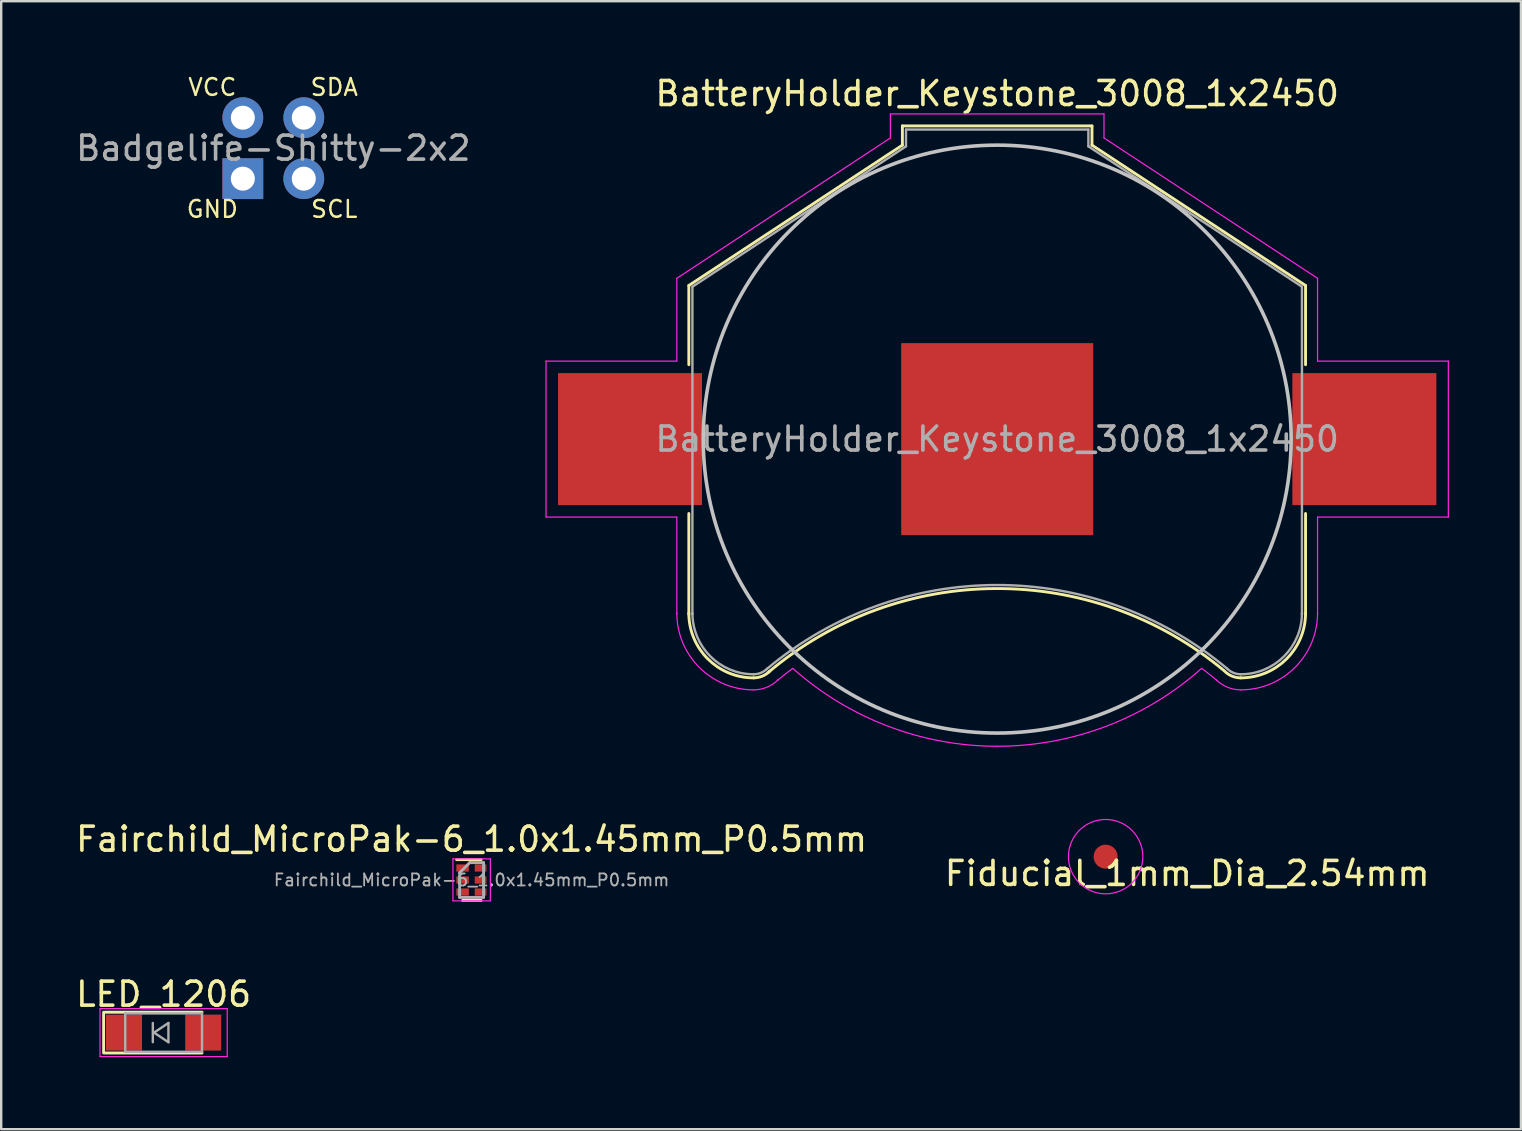
<source format=kicad_pcb>
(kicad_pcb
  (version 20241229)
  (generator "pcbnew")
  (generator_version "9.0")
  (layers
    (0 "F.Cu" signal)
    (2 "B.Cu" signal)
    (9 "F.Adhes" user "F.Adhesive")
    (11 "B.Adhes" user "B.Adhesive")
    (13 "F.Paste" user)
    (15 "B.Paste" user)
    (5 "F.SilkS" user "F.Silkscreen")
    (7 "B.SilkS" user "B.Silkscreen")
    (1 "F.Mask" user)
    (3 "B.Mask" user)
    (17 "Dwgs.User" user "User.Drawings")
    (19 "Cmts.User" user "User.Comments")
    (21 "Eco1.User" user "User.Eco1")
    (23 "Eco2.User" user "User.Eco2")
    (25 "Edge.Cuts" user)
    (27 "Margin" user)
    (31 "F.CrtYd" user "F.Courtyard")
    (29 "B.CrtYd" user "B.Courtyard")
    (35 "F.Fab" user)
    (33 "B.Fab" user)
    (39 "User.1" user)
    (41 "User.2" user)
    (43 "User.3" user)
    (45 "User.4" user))
  (footprint "Badgelife-Shitty-2x2"
    (layer "F.Cu")
    (at 8.339 3.125)
    (property "Reference" "Badgelife-Shitty-2x2" (at 0 0 0) (layer "F.Fab") (effects (font (size 1 1) (thickness 0.15))))
    (attr through_hole)
    (fp_text user "VCC" (at -2.54 -2.54 0) (layer "F.SilkS") (effects (font (size 0.7 0.7) (thickness 0.1))))
    (fp_text user "GND" (at -2.54 2.54 0) (layer "F.SilkS") (effects (font (size 0.7 0.7) (thickness 0.1))))
    (fp_text user "SCL" (at 2.54 2.54 0) (layer "F.SilkS") (effects (font (size 0.7 0.7) (thickness 0.1))))
    (fp_text user "SDA" (at 2.54 -2.54 0) (layer "F.SilkS") (effects (font (size 0.7 0.7) (thickness 0.1))))
    (pad "1" thru_hole oval (at -1.27 -1.27) (size 1.7 1.7) (drill 1) (layers "*.Cu" "*.Mask"))
    (pad "2" thru_hole rect (at -1.27 1.27) (size 1.7 1.7) (drill 1) (layers "*.Cu" "*.Mask"))
    (pad "3" thru_hole oval (at 1.27 1.27) (size 1.7 1.7) (drill 1) (layers "*.Cu" "*.Mask"))
    (pad "4" thru_hole circle (at 1.27 -1.27) (size 1.7 1.7) (drill 1) (layers "*.Cu" "*.Mask")))
  (footprint "BatteryHolder_Keystone_3008_1x2450"
    (layer "F.Cu")
    (at 38.504 15.248)
    (property "Reference" "BatteryHolder_Keystone_3008_1x2450" (at 0 -14.4 0) (layer "F.SilkS") (effects (font (size 1 1) (thickness 0.15))))
    (attr smd)
    (fp_line (start -12.85 -6.4) (end -12.85 -3.1) (stroke (width 0.12) (type solid)) (layer "F.SilkS"))
    (fp_line (start -12.85 3.1) (end -12.85 7.3) (stroke (width 0.12) (type solid)) (layer "F.SilkS"))
    (fp_line (start -3.95 -13.05) (end -3.95 -12.25) (stroke (width 0.12) (type solid)) (layer "F.SilkS"))
    (fp_line (start -3.95 -13.05) (end 3.95 -13.05) (stroke (width 0.12) (type solid)) (layer "F.SilkS"))
    (fp_line (start -3.95 -12.25) (end -12.85 -6.4) (stroke (width 0.12) (type solid)) (layer "F.SilkS"))
    (fp_line (start 3.95 -13.05) (end 3.95 -12.25) (stroke (width 0.12) (type solid)) (layer "F.SilkS"))
    (fp_line (start 3.95 -12.25) (end 12.85 -6.4) (stroke (width 0.12) (type solid)) (layer "F.SilkS"))
    (fp_line (start 12.85 -6.4) (end 12.85 -3.1) (stroke (width 0.12) (type solid)) (layer "F.SilkS"))
    (fp_line (start 12.85 3.1) (end 12.85 7.3) (stroke (width 0.12) (type solid)) (layer "F.SilkS"))
    (fp_arc (start -10.15 9.95) (mid -12.059188 9.159188) (end -12.85 7.25) (stroke (width 0.12) (type solid)) (layer "F.SilkS"))
    (fp_arc (start -9.55 9.73) (mid -0.071508 6.228057) (end 9.440443 9.638071) (stroke (width 0.12) (type solid)) (layer "F.SilkS"))
    (fp_arc (start -9.478249 9.671751) (mid -9.786451 9.877685) (end -10.15 9.95) (stroke (width 0.12) (type solid)) (layer "F.SilkS"))
    (fp_arc (start 10.15 9.95) (mid 9.786451 9.877686) (end 9.478249 9.671751) (stroke (width 0.12) (type solid)) (layer "F.SilkS"))
    (fp_arc (start 12.85 7.25) (mid 12.059188 9.159188) (end 10.15 9.95) (stroke (width 0.12) (type solid)) (layer "F.SilkS"))
    (fp_circle (center 0 0) (end 12.25 0) (stroke (width 0.15) (type solid)) (fill no) (layer "Dwgs.User"))
    (fp_line (start -18.8 -3.25) (end -18.8 3.25) (stroke (width 0.05) (type solid)) (layer "F.CrtYd"))
    (fp_line (start -18.8 3.25) (end -13.35 3.25) (stroke (width 0.05) (type solid)) (layer "F.CrtYd"))
    (fp_line (start -13.35 -6.7) (end -13.35 -3.25) (stroke (width 0.05) (type solid)) (layer "F.CrtYd"))
    (fp_line (start -13.35 -3.25) (end -18.8 -3.25) (stroke (width 0.05) (type solid)) (layer "F.CrtYd"))
    (fp_line (start -13.35 3.25) (end -13.35 7.3) (stroke (width 0.05) (type solid)) (layer "F.CrtYd"))
    (fp_line (start -4.45 -13.55) (end -4.45 -12.55) (stroke (width 0.05) (type solid)) (layer "F.CrtYd"))
    (fp_line (start -4.45 -13.55) (end 4.45 -13.55) (stroke (width 0.05) (type solid)) (layer "F.CrtYd"))
    (fp_line (start -4.45 -12.55) (end -13.35 -6.7) (stroke (width 0.05) (type solid)) (layer "F.CrtYd"))
    (fp_line (start 4.45 -13.55) (end 4.45 -12.55) (stroke (width 0.05) (type solid)) (layer "F.CrtYd"))
    (fp_line (start 4.45 -12.55) (end 13.35 -6.7) (stroke (width 0.05) (type solid)) (layer "F.CrtYd"))
    (fp_line (start 13.35 -6.7) (end 13.35 -3.25) (stroke (width 0.05) (type solid)) (layer "F.CrtYd"))
    (fp_line (start 13.35 -3.25) (end 18.8 -3.25) (stroke (width 0.05) (type solid)) (layer "F.CrtYd"))
    (fp_line (start 13.35 3.25) (end 13.35 7.3) (stroke (width 0.05) (type solid)) (layer "F.CrtYd"))
    (fp_line (start 18.8 -3.25) (end 18.8 3.25) (stroke (width 0.05) (type solid)) (layer "F.CrtYd"))
    (fp_line (start 18.8 3.25) (end 13.35 3.25) (stroke (width 0.05) (type solid)) (layer "F.CrtYd"))
    (fp_arc (start -10.15 10.45) (mid -12.412742 9.512742) (end -13.35 7.25) (stroke (width 0.05) (type solid)) (layer "F.CrtYd"))
    (fp_arc (start -9.15 10.05) (mid -8.840691 9.798786) (end -8.524488 9.556307) (stroke (width 0.05) (type solid)) (layer "F.CrtYd"))
    (fp_arc (start -9.124695 10.025305) (mid -9.595109 10.339626) (end -10.15 10.45) (stroke (width 0.05) (type solid)) (layer "F.CrtYd"))
    (fp_arc (start 0 12.8) (mid -4.55581 11.961797) (end -8.514949 9.556969) (stroke (width 0.05) (type solid)) (layer "F.CrtYd"))
    (fp_arc (start 8.514949 9.556969) (mid 4.55581 11.961798) (end 0 12.8) (stroke (width 0.05) (type solid)) (layer "F.CrtYd"))
    (fp_arc (start 8.524488 9.556307) (mid 8.840691 9.798786) (end 9.15 10.05) (stroke (width 0.05) (type solid)) (layer "F.CrtYd"))
    (fp_arc (start 10.15 10.45) (mid 9.595109 10.339625) (end 9.124695 10.025305) (stroke (width 0.05) (type solid)) (layer "F.CrtYd"))
    (fp_arc (start 13.35 7.25) (mid 12.412742 9.512742) (end 10.15 10.45) (stroke (width 0.05) (type solid)) (layer "F.CrtYd"))
    (fp_line (start -12.7 -6.35) (end -12.7 7.3) (stroke (width 0.1) (type solid)) (layer "F.Fab"))
    (fp_line (start -3.8 -12.9) (end -3.8 -12.2) (stroke (width 0.1) (type solid)) (layer "F.Fab"))
    (fp_line (start -3.8 -12.9) (end 3.8 -12.9) (stroke (width 0.1) (type solid)) (layer "F.Fab"))
    (fp_line (start -3.8 -12.2) (end -12.7 -6.35) (stroke (width 0.1) (type solid)) (layer "F.Fab"))
    (fp_line (start 3.8 -12.9) (end 3.8 -12.2) (stroke (width 0.1) (type solid)) (layer "F.Fab"))
    (fp_line (start 3.8 -12.2) (end 12.7 -6.35) (stroke (width 0.1) (type solid)) (layer "F.Fab"))
    (fp_line (start 12.7 -6.35) (end 12.7 7.3) (stroke (width 0.1) (type solid)) (layer "F.Fab"))
    (fp_arc (start -10.15 9.8) (mid -11.953122 9.053122) (end -12.7 7.25) (stroke (width 0.1) (type solid)) (layer "F.Fab"))
    (fp_arc (start -9.6 9.58) (mid -0.013392 6.081011) (end 9.579482 9.562783) (stroke (width 0.1) (type solid)) (layer "F.Fab"))
    (fp_arc (start -9.584315 9.565685) (mid -9.843853 9.739103) (end -10.15 9.8) (stroke (width 0.1) (type solid)) (layer "F.Fab"))
    (fp_arc (start 10.15 9.8) (mid 9.843853 9.739104) (end 9.584315 9.565685) (stroke (width 0.1) (type solid)) (layer "F.Fab"))
    (fp_arc (start 12.7 7.25) (mid 11.953122 9.053122) (end 10.15 9.8) (stroke (width 0.1) (type solid)) (layer "F.Fab"))
    (fp_text user "${REFERENCE}" (at 0 0 0) (layer "F.Fab") (effects (font (size 1 1) (thickness 0.15))))
    (pad "1" smd rect (at -15.3 0) (size 6 5.5) (layers "F.Cu" "F.Mask" "F.Paste"))
    (pad "1" smd rect (at 15.3 0) (size 6 5.5) (layers "F.Cu" "F.Mask" "F.Paste"))
    (pad "2" smd rect (at 0 0) (size 8 8) (layers "F.Cu" "F.Mask")))
  (footprint "LED_1206"
    (layer "F.Cu")
    (at 3.768 39.98)
    (property "Reference" "LED_1206" (at 0 -1.6 0) (layer "F.SilkS") (effects (font (size 1 1) (thickness 0.15))))
    (attr smd)
    (fp_line (start -2.5 -0.85) (end -2.5 0.85) (stroke (width 0.12) (type solid)) (layer "F.SilkS"))
    (fp_line (start -2.45 -0.85) (end 1.6 -0.85) (stroke (width 0.12) (type solid)) (layer "F.SilkS"))
    (fp_line (start -2.45 0.85) (end 1.6 0.85) (stroke (width 0.12) (type solid)) (layer "F.SilkS"))
    (fp_line (start -2.65 -1) (end 2.65 -1) (stroke (width 0.05) (type solid)) (layer "F.CrtYd"))
    (fp_line (start -2.65 1) (end -2.65 -1) (stroke (width 0.05) (type solid)) (layer "F.CrtYd"))
    (fp_line (start 2.65 -1) (end 2.65 1) (stroke (width 0.05) (type solid)) (layer "F.CrtYd"))
    (fp_line (start 2.65 1) (end -2.65 1) (stroke (width 0.05) (type solid)) (layer "F.CrtYd"))
    (fp_line (start -1.6 -0.8) (end 1.6 -0.8) (stroke (width 0.1) (type solid)) (layer "F.Fab"))
    (fp_line (start -1.6 0.8) (end -1.6 -0.8) (stroke (width 0.1) (type solid)) (layer "F.Fab"))
    (fp_line (start -0.45 -0.4) (end -0.45 0.4) (stroke (width 0.1) (type solid)) (layer "F.Fab"))
    (fp_line (start -0.4 0) (end 0.2 -0.4) (stroke (width 0.1) (type solid)) (layer "F.Fab"))
    (fp_line (start 0.2 -0.4) (end 0.2 0.4) (stroke (width 0.1) (type solid)) (layer "F.Fab"))
    (fp_line (start 0.2 0.4) (end -0.4 0) (stroke (width 0.1) (type solid)) (layer "F.Fab"))
    (fp_line (start 1.6 -0.8) (end 1.6 0.8) (stroke (width 0.1) (type solid)) (layer "F.Fab"))
    (fp_line (start 1.6 0.8) (end -1.6 0.8) (stroke (width 0.1) (type solid)) (layer "F.Fab"))
    (pad "1" smd rect (at -1.65 0 180) (size 1.5 1.5) (layers "F.Cu" "F.Mask" "F.Paste"))
    (pad "2" smd rect (at 1.65 0 180) (size 1.5 1.5) (layers "F.Cu" "F.Mask" "F.Paste")))
  (footprint "Fairchild_MicroPak-6_1.0x1.45mm_P0.5mm"
    (layer "F.Cu")
    (at 16.594 33.621)
    (property "Reference" "Fairchild_MicroPak-6_1.0x1.45mm_P0.5mm" (at 0.007 -1.7 0) (layer "F.SilkS") (effects (font (size 1 1) (thickness 0.15))))
    (attr smd)
    (fp_line (start -0.618 -0.85) (end 0.407 -0.85) (stroke (width 0.12) (type solid)) (layer "F.SilkS"))
    (fp_line (start 0.407 0.85) (end -0.367 0.85) (stroke (width 0.12) (type solid)) (layer "F.SilkS"))
    (fp_line (start -0.77 -0.88) (end -0.77 0.87) (stroke (width 0.05) (type solid)) (layer "F.CrtYd"))
    (fp_line (start -0.77 -0.88) (end 0.79 -0.88) (stroke (width 0.05) (type solid)) (layer "F.CrtYd"))
    (fp_line (start 0.79 0.87) (end -0.77 0.87) (stroke (width 0.05) (type solid)) (layer "F.CrtYd"))
    (fp_line (start 0.79 0.87) (end 0.79 -0.88) (stroke (width 0.05) (type solid)) (layer "F.CrtYd"))
    (fp_line (start -0.492 -0.3) (end -0.068 -0.725) (stroke (width 0.12) (type solid)) (layer "F.Fab"))
    (fp_line (start -0.492 0.725) (end -0.492 -0.3) (stroke (width 0.12) (type solid)) (layer "F.Fab"))
    (fp_line (start -0.068 -0.725) (end 0.507 -0.725) (stroke (width 0.12) (type solid)) (layer "F.Fab"))
    (fp_line (start 0.507 -0.725) (end 0.507 0.725) (stroke (width 0.12) (type solid)) (layer "F.Fab"))
    (fp_line (start 0.507 0.725) (end -0.492 0.725) (stroke (width 0.12) (type solid)) (layer "F.Fab"))
    (fp_text user "${REFERENCE}" (at 0.007 0 0) (layer "F.Fab") (effects (font (size 0.5 0.5) (thickness 0.075))))
    (pad "1" smd rect (at -0.367 -0.5) (size 0.52 0.3) (layers "F.Cu" "F.Mask" "F.Paste"))
    (pad "2" smd rect (at -0.367 0) (size 0.52 0.3) (layers "F.Cu" "F.Mask" "F.Paste"))
    (pad "3" smd rect (at -0.367 0.5) (size 0.52 0.3) (layers "F.Cu" "F.Mask" "F.Paste"))
    (pad "4" smd rect (at 0.383 0.5) (size 0.49 0.3) (layers "F.Cu" "F.Mask" "F.Paste"))
    (pad "5" smd rect (at 0.383 0) (size 0.49 0.3) (layers "F.Cu" "F.Mask" "F.Paste"))
    (pad "6" smd rect (at 0.383 -0.5) (size 0.49 0.3) (layers "F.Cu" "F.Mask" "F.Paste")))
  (footprint "Fiducial_1mm_Dia_2.54mm"
    (layer "F.Cu")
    (at 43.023 32.648)
    (property "Reference" "Fiducial_1mm_Dia_2.54mm" (at 3.4 0.7 0) (layer "F.SilkS") (effects (font (size 1 1) (thickness 0.15))))
    (attr smd)
    (fp_circle (center 0 0) (end 1.55 0) (stroke (width 0.05) (type solid)) (fill no) (layer "F.CrtYd"))
    (pad "~" smd circle (at 0 0) (size 1 1) (layers "F.Cu" "F.Mask")))
  (gr_rect
    (start -3 -3)
    (end 60.329 44.005)
    (stroke (width 0.1) (type default))
    (fill no)
    (layer "Edge.Cuts")))
</source>
